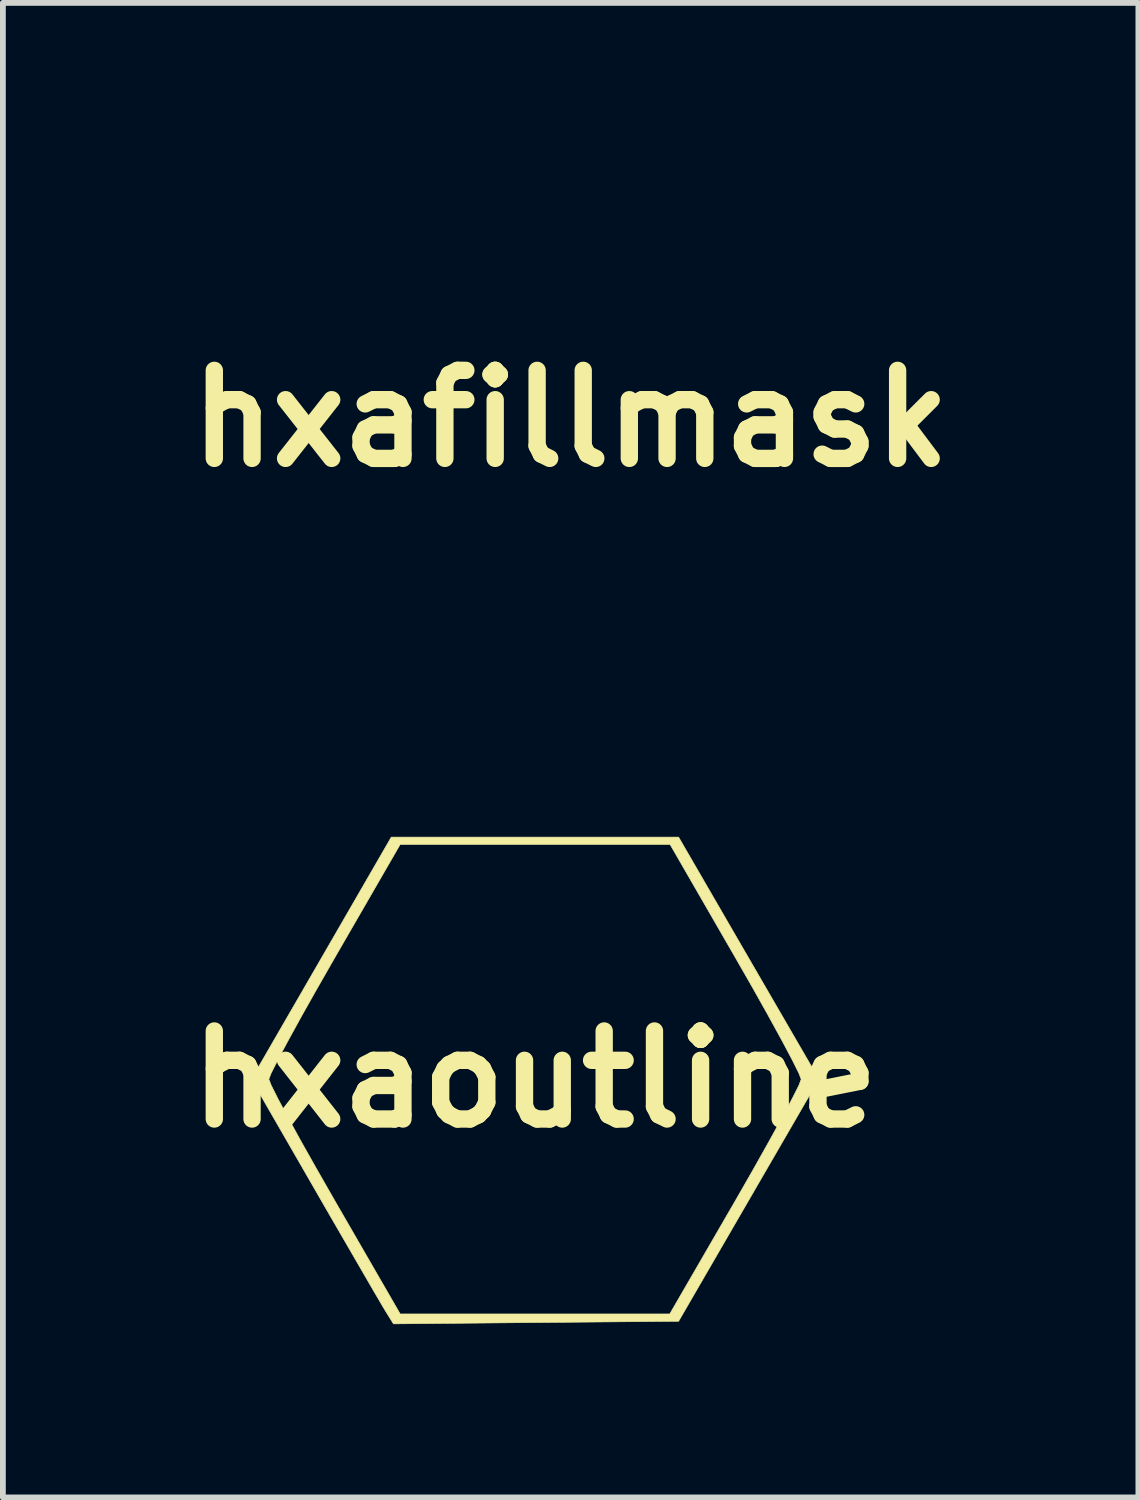
<source format=kicad_pcb>
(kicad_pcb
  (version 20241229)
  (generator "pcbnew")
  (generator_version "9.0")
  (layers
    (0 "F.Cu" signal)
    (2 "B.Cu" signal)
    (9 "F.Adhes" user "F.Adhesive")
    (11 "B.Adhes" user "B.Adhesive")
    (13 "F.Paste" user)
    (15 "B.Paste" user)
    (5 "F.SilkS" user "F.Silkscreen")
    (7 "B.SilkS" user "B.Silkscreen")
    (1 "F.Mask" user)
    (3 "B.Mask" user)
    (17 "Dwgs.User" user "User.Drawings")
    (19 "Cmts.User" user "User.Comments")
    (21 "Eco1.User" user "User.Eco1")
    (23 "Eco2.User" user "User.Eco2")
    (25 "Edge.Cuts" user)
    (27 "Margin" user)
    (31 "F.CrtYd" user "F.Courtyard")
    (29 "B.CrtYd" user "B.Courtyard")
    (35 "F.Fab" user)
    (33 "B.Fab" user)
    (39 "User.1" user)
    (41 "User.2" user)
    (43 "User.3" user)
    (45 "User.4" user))
  (footprint "hxaoutline"
    (layer "F.Cu")
    (at 6.212 15.633)
    (property "Reference" "hxaoutline" (at 0 0 0) (layer "F.SilkS") (effects (font (size 1.524 1.524) (thickness 0.3))))
    (attr through_hole)
    (fp_poly (pts (xy 3.7 -2.095) (xy 4.915 0) (xy 2.486 4.191) (xy 0.018 4.213) (xy -2.45 4.236) (xy -2.57 4.044) (xy -2.644 3.921) (xy -2.79 3.672) (xy -2.994 3.32) (xy -3.245 2.887) (xy -3.53 2.395) (xy -3.8 1.927) (xy -4.91 0.001) (xy -4.91 0) (xy -4.608 0) (xy -4.567 0.105) (xy -4.452 0.335) (xy -4.273 0.67) (xy -4.042 1.09) (xy -3.769 1.574) (xy -3.471 2.095) (xy -2.334 4.064) (xy 2.333 4.064) (xy 3.471 2.099) (xy 3.773 1.572) (xy 4.045 1.088) (xy 4.276 0.669) (xy 4.454 0.334) (xy 4.569 0.105) (xy 4.608 0.001) (xy 4.567 -0.105) (xy 4.452 -0.336) (xy 4.273 -0.673) (xy 4.042 -1.094) (xy 3.77 -1.579) (xy 3.473 -2.097) (xy 2.338 -4.064) (xy -2.334 -4.064) (xy -3.471 -2.095) (xy -3.773 -1.568) (xy -4.045 -1.085) (xy -4.275 -0.666) (xy -4.453 -0.331) (xy -4.568 -0.103) (xy -4.608 0) (xy -4.91 0) (xy -3.699 -2.095) (xy -2.488 -4.191) (xy 2.486 -4.191) (xy 3.7 -2.095)) (stroke (width 0.01) (type solid)) (fill yes) (layer "F.SilkS")))
  (footprint "hxafillmask"
    (layer "F.Cu")
    (at 6.829 4.196)
    (property "Reference" "hxafillmask" (at 0 0 0) (layer "F.SilkS") (effects (font (size 1.524 1.524) (thickness 0.3))))
    (attr through_hole)
    (fp_poly (pts (xy 3.7 -2.095) (xy 4.915 0) (xy 2.486 4.191) (xy 0.018 4.213) (xy -2.45 4.236) (xy -2.57 4.044) (xy -2.644 3.921) (xy -2.79 3.672) (xy -2.994 3.32) (xy -3.245 2.887) (xy -3.53 2.395) (xy -3.8 1.927) (xy -4.91 0.001) (xy -3.699 -2.095) (xy -2.488 -4.191) (xy 2.486 -4.191) (xy 3.7 -2.095)) (stroke (width 0.01) (type solid)) (fill yes) (layer "F.Mask")))
  (gr_rect
    (start -3 -3)
    (end 16.658 22.874)
    (stroke (width 0.1) (type default))
    (fill no)
    (layer "Edge.Cuts")))
</source>
